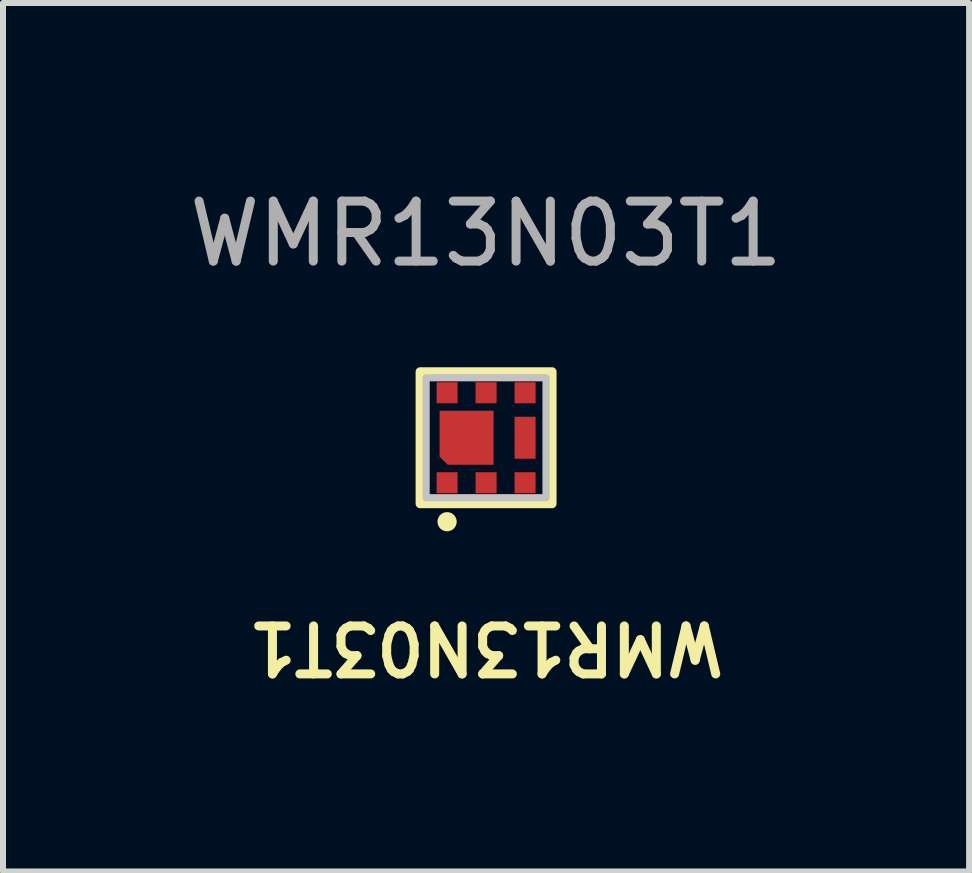
<source format=kicad_pcb>
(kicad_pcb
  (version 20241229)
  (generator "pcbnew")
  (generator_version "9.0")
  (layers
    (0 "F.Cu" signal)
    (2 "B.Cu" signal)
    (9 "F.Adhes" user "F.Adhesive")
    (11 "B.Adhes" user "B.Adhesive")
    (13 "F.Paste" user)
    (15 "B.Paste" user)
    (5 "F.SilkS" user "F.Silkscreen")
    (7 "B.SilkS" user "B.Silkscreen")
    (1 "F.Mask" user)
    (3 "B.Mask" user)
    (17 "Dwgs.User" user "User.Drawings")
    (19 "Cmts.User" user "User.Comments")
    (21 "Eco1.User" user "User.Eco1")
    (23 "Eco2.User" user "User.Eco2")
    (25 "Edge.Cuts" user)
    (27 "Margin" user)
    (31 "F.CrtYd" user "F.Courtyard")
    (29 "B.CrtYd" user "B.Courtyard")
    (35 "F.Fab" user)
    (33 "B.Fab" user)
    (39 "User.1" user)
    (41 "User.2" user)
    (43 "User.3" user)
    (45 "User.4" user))
  (footprint "WMR13N03T1"
    (layer "F.Cu")
    (at 5.054 4.248)
    (property "Reference" "WMR13N03T1" (at 0 3.5 180) (unlocked yes) (layer "F.SilkS") (effects (font (size 0.8 0.8) (thickness 0.15))))
    (attr smd)
    (fp_rect (start -1.1 -1.1) (end 1.1 1.1) (stroke (width 0.15) (type solid)) (fill no) (layer "F.SilkS"))
    (fp_circle (center -0.65 1.4) (end -0.55 1.4) (stroke (width 0.12) (type solid)) (fill yes) (layer "F.SilkS"))
    (fp_rect (start -1 -1) (end 1 1) (stroke (width 0.12) (type solid)) (fill no) (layer "Dwgs.User"))
    (fp_text user "${REFERENCE}" (at 0 -3.4 0) (unlocked yes) (layer "F.Fab") (effects (font (size 1 1) (thickness 0.15))))
    (pad "1" smd rect (at -0.65 -0.75) (size 0.35 0.35) (layers "F.Cu" "F.Mask" "F.Paste"))
    (pad "1" smd rect (at -0.65 0.75) (size 0.35 0.35) (layers "F.Cu" "F.Mask" "F.Paste"))
    (pad "1" smd roundrect (at -0.325 0) (size 0.9 0.9) (layers "F.Cu" "F.Mask" "F.Paste") (roundrect_rratio 0) (chamfer_ratio 0.15) (chamfer bottom_left))
    (pad "1" smd rect (at 0 -0.75) (size 0.35 0.35) (layers "F.Cu" "F.Mask" "F.Paste"))
    (pad "1" smd rect (at 0 0.75) (size 0.35 0.35) (layers "F.Cu" "F.Mask" "F.Paste"))
    (pad "2" smd rect (at 0.65 0.75) (size 0.35 0.35) (layers "F.Cu" "F.Mask" "F.Paste"))
    (pad "3" smd rect (at 0.65 -0.75) (size 0.35 0.35) (layers "F.Cu" "F.Mask" "F.Paste"))
    (pad "3" smd rect (at 0.65 0) (size 0.35 0.7) (layers "F.Cu" "F.Mask" "F.Paste")))
  (gr_rect
    (start -3 -3)
    (end 13.107 11.479)
    (stroke (width 0.1) (type default))
    (fill no)
    (layer "Edge.Cuts")))
</source>
